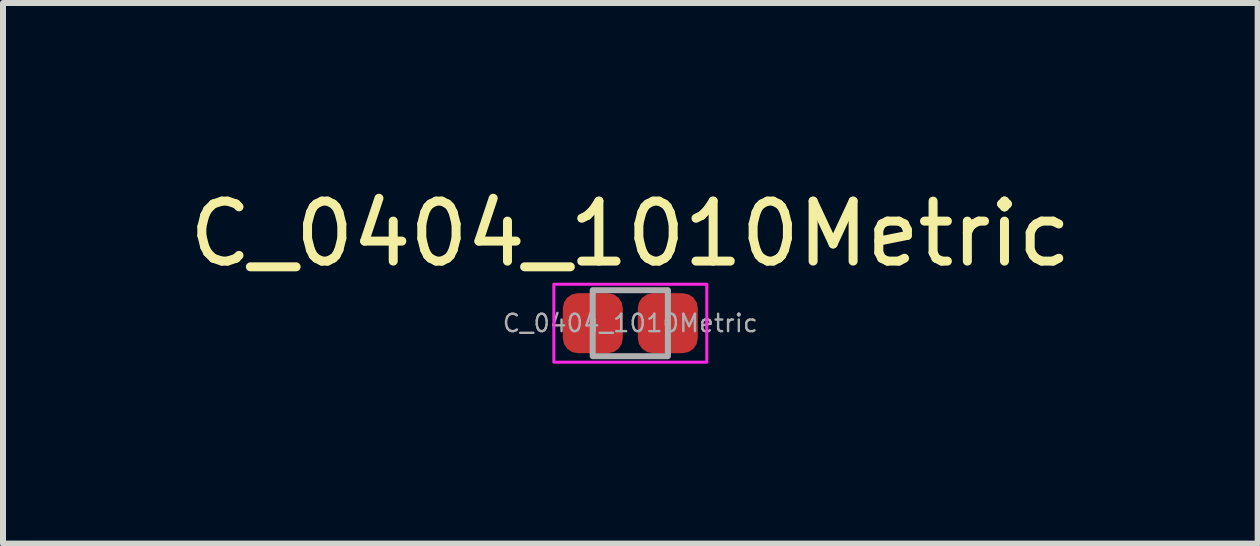
<source format=kicad_pcb>
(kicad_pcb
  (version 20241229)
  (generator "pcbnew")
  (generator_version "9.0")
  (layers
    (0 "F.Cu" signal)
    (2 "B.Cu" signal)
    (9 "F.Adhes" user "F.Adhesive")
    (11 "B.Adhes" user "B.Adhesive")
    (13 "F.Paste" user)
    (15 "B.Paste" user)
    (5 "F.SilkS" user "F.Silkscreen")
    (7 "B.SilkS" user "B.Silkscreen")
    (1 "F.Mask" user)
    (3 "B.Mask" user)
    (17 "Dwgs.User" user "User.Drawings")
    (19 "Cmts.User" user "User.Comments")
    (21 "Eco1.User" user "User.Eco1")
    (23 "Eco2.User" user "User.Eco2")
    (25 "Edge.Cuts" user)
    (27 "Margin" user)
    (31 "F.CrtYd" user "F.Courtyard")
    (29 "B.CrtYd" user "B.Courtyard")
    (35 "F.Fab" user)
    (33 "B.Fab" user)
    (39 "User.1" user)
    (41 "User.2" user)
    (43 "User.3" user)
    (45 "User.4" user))
  (footprint "C_0404_1010Metric"
    (layer "F.Cu")
    (at 7.458 2.338)
    (property "Reference" "C_0404_1010Metric" (at 0 -1.49 0) (layer "F.SilkS") (effects (font (size 1 1) (thickness 0.15))))
    (attr smd)
    (fp_rect (start -1.275 -0.65) (end 1.275 0.65) (stroke (width 0.05) (type default)) (fill no) (layer "F.CrtYd"))
    (fp_rect (start -0.627 -0.55) (end 0.627 0.55) (stroke (width 0.1) (type default)) (fill no) (layer "F.Fab"))
    (fp_text user "${REFERENCE}" (at 0 0 0) (layer "F.Fab") (effects (font (size 0.29 0.29) (thickness 0.04))))
    (pad "1" smd roundrect (at -0.625 0) (size 1 1) (layers "F.Cu" "F.Mask" "F.Paste") (roundrect_rratio 0.25))
    (pad "2" smd roundrect (at 0.625 0) (size 1 1) (layers "F.Cu" "F.Mask" "F.Paste") (roundrect_rratio 0.25)))
  (gr_rect
    (start -3 -3)
    (end 17.917 6.013)
    (stroke (width 0.1) (type default))
    (fill no)
    (layer "Edge.Cuts")))
</source>
